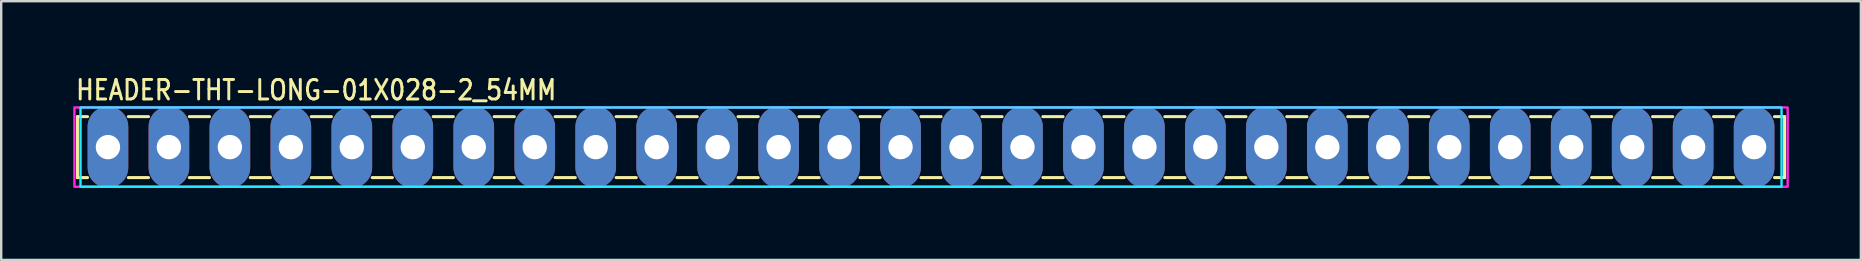
<source format=kicad_pcb>
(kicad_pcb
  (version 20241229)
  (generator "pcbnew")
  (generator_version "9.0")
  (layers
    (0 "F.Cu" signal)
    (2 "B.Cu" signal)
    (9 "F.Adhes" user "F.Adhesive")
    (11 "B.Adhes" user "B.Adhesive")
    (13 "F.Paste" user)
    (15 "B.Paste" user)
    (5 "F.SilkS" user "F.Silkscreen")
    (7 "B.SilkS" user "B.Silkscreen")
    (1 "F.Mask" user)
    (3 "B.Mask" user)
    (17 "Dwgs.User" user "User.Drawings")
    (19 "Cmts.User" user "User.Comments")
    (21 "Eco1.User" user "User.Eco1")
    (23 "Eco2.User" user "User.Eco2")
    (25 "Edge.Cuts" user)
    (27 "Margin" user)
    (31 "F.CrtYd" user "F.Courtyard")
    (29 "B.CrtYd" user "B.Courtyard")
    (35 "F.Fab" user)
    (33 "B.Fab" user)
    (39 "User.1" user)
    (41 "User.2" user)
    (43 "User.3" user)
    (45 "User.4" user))
  (footprint "HEADER-THT-LONG-01X028-2_54MM"
    (layer "F.Cu")
    (at 1.447 3.079)
    (property "Reference" "HEADER-THT-LONG-01X028-2_54MM" (at -1.4 -1.9 0) (unlocked yes) (layer "F.SilkS") (effects (font (size 0.813 0.695) (thickness 0.122)) (justify left bottom)))
    (fp_line (start -1.27 -1.27) (end -1.27 1.27) (stroke (width 0.127) (type solid)) (layer "F.SilkS"))
    (fp_line (start -1.27 1.27) (end -0.85 1.27) (stroke (width 0.127) (type solid)) (layer "F.SilkS"))
    (fp_line (start -0.85 -1.27) (end -1.27 -1.27) (stroke (width 0.127) (type solid)) (layer "F.SilkS"))
    (fp_line (start 0.85 -1.27) (end 1.69 -1.27) (stroke (width 0.127) (type solid)) (layer "F.SilkS"))
    (fp_line (start 0.85 1.27) (end 1.69 1.27) (stroke (width 0.127) (type solid)) (layer "F.SilkS"))
    (fp_line (start 3.39 -1.27) (end 4.23 -1.27) (stroke (width 0.127) (type solid)) (layer "F.SilkS"))
    (fp_line (start 3.39 1.27) (end 4.23 1.27) (stroke (width 0.127) (type solid)) (layer "F.SilkS"))
    (fp_line (start 5.93 -1.27) (end 6.77 -1.27) (stroke (width 0.127) (type solid)) (layer "F.SilkS"))
    (fp_line (start 5.93 1.27) (end 6.77 1.27) (stroke (width 0.127) (type solid)) (layer "F.SilkS"))
    (fp_line (start 8.47 -1.27) (end 9.31 -1.27) (stroke (width 0.127) (type solid)) (layer "F.SilkS"))
    (fp_line (start 8.47 1.27) (end 9.31 1.27) (stroke (width 0.127) (type solid)) (layer "F.SilkS"))
    (fp_line (start 11.01 -1.27) (end 11.85 -1.27) (stroke (width 0.127) (type solid)) (layer "F.SilkS"))
    (fp_line (start 11.01 1.27) (end 11.85 1.27) (stroke (width 0.127) (type solid)) (layer "F.SilkS"))
    (fp_line (start 13.55 -1.27) (end 14.39 -1.27) (stroke (width 0.127) (type solid)) (layer "F.SilkS"))
    (fp_line (start 13.55 1.27) (end 14.39 1.27) (stroke (width 0.127) (type solid)) (layer "F.SilkS"))
    (fp_line (start 16.09 -1.27) (end 16.93 -1.27) (stroke (width 0.127) (type solid)) (layer "F.SilkS"))
    (fp_line (start 16.09 1.27) (end 16.93 1.27) (stroke (width 0.127) (type solid)) (layer "F.SilkS"))
    (fp_line (start 18.63 -1.27) (end 19.47 -1.27) (stroke (width 0.127) (type solid)) (layer "F.SilkS"))
    (fp_line (start 18.63 1.27) (end 19.47 1.27) (stroke (width 0.127) (type solid)) (layer "F.SilkS"))
    (fp_line (start 21.17 -1.27) (end 22.01 -1.27) (stroke (width 0.127) (type solid)) (layer "F.SilkS"))
    (fp_line (start 21.17 1.27) (end 22.01 1.27) (stroke (width 0.127) (type solid)) (layer "F.SilkS"))
    (fp_line (start 23.71 -1.27) (end 24.55 -1.27) (stroke (width 0.127) (type solid)) (layer "F.SilkS"))
    (fp_line (start 23.71 1.27) (end 24.55 1.27) (stroke (width 0.127) (type solid)) (layer "F.SilkS"))
    (fp_line (start 26.25 -1.27) (end 27.09 -1.27) (stroke (width 0.127) (type solid)) (layer "F.SilkS"))
    (fp_line (start 26.25 1.27) (end 27.09 1.27) (stroke (width 0.127) (type solid)) (layer "F.SilkS"))
    (fp_line (start 28.79 -1.27) (end 29.63 -1.27) (stroke (width 0.127) (type solid)) (layer "F.SilkS"))
    (fp_line (start 28.79 1.27) (end 29.63 1.27) (stroke (width 0.127) (type solid)) (layer "F.SilkS"))
    (fp_line (start 31.33 -1.27) (end 32.17 -1.27) (stroke (width 0.127) (type solid)) (layer "F.SilkS"))
    (fp_line (start 31.33 1.27) (end 32.17 1.27) (stroke (width 0.127) (type solid)) (layer "F.SilkS"))
    (fp_line (start 33.87 -1.27) (end 34.71 -1.27) (stroke (width 0.127) (type solid)) (layer "F.SilkS"))
    (fp_line (start 33.87 1.27) (end 34.71 1.27) (stroke (width 0.127) (type solid)) (layer "F.SilkS"))
    (fp_line (start 36.41 -1.27) (end 37.25 -1.27) (stroke (width 0.127) (type solid)) (layer "F.SilkS"))
    (fp_line (start 36.41 1.27) (end 37.25 1.27) (stroke (width 0.127) (type solid)) (layer "F.SilkS"))
    (fp_line (start 38.95 -1.27) (end 39.79 -1.27) (stroke (width 0.127) (type solid)) (layer "F.SilkS"))
    (fp_line (start 38.95 1.27) (end 39.79 1.27) (stroke (width 0.127) (type solid)) (layer "F.SilkS"))
    (fp_line (start 41.49 -1.27) (end 42.33 -1.27) (stroke (width 0.127) (type solid)) (layer "F.SilkS"))
    (fp_line (start 41.49 1.27) (end 42.33 1.27) (stroke (width 0.127) (type solid)) (layer "F.SilkS"))
    (fp_line (start 44.03 -1.27) (end 44.87 -1.27) (stroke (width 0.127) (type solid)) (layer "F.SilkS"))
    (fp_line (start 44.03 1.27) (end 44.87 1.27) (stroke (width 0.127) (type solid)) (layer "F.SilkS"))
    (fp_line (start 46.57 -1.27) (end 47.41 -1.27) (stroke (width 0.127) (type solid)) (layer "F.SilkS"))
    (fp_line (start 46.57 1.27) (end 47.41 1.27) (stroke (width 0.127) (type solid)) (layer "F.SilkS"))
    (fp_line (start 49.11 -1.27) (end 49.95 -1.27) (stroke (width 0.127) (type solid)) (layer "F.SilkS"))
    (fp_line (start 49.11 1.27) (end 49.95 1.27) (stroke (width 0.127) (type solid)) (layer "F.SilkS"))
    (fp_line (start 51.65 -1.27) (end 52.49 -1.27) (stroke (width 0.127) (type solid)) (layer "F.SilkS"))
    (fp_line (start 51.65 1.27) (end 52.49 1.27) (stroke (width 0.127) (type solid)) (layer "F.SilkS"))
    (fp_line (start 54.19 -1.27) (end 55.03 -1.27) (stroke (width 0.127) (type solid)) (layer "F.SilkS"))
    (fp_line (start 54.19 1.27) (end 55.03 1.27) (stroke (width 0.127) (type solid)) (layer "F.SilkS"))
    (fp_line (start 56.73 -1.27) (end 57.57 -1.27) (stroke (width 0.127) (type solid)) (layer "F.SilkS"))
    (fp_line (start 56.73 1.27) (end 57.57 1.27) (stroke (width 0.127) (type solid)) (layer "F.SilkS"))
    (fp_line (start 59.27 -1.27) (end 60.11 -1.27) (stroke (width 0.127) (type solid)) (layer "F.SilkS"))
    (fp_line (start 59.27 1.27) (end 60.11 1.27) (stroke (width 0.127) (type solid)) (layer "F.SilkS"))
    (fp_line (start 61.81 -1.27) (end 62.65 -1.27) (stroke (width 0.127) (type solid)) (layer "F.SilkS"))
    (fp_line (start 61.81 1.27) (end 62.65 1.27) (stroke (width 0.127) (type solid)) (layer "F.SilkS"))
    (fp_line (start 64.35 -1.27) (end 65.19 -1.27) (stroke (width 0.127) (type solid)) (layer "F.SilkS"))
    (fp_line (start 64.35 1.27) (end 65.19 1.27) (stroke (width 0.127) (type solid)) (layer "F.SilkS"))
    (fp_line (start 66.89 -1.27) (end 67.73 -1.27) (stroke (width 0.127) (type solid)) (layer "F.SilkS"))
    (fp_line (start 66.89 1.27) (end 67.73 1.27) (stroke (width 0.127) (type solid)) (layer "F.SilkS"))
    (fp_line (start 69.43 -1.27) (end 69.85 -1.27) (stroke (width 0.127) (type solid)) (layer "F.SilkS"))
    (fp_line (start 69.85 -1.27) (end 69.85 1.27) (stroke (width 0.127) (type solid)) (layer "F.SilkS"))
    (fp_line (start 69.85 1.27) (end 69.43 1.27) (stroke (width 0.127) (type solid)) (layer "F.SilkS"))
    (fp_poly (pts (xy -1.143 -1.651) (xy 69.723 -1.651) (xy 69.723 1.651) (xy -1.143 1.651)) (stroke (width 0.1) (type solid)) (fill no) (layer "B.CrtYd"))
    (fp_poly (pts (xy -1.397 -1.651) (xy 69.977 -1.651) (xy 69.977 1.651) (xy -1.397 1.651)) (stroke (width 0.1) (type solid)) (fill no) (layer "F.CrtYd"))
    (pad "P$1" thru_hole oval (at 0 0 90) (size 3.387 1.693) (drill 1.016) (layers "*.Cu" "*.Mask"))
    (pad "P$2" thru_hole oval (at 2.54 0 90) (size 3.387 1.693) (drill 1.016) (layers "*.Cu" "*.Mask"))
    (pad "P$3" thru_hole oval (at 5.08 0 90) (size 3.387 1.693) (drill 1.016) (layers "*.Cu" "*.Mask"))
    (pad "P$4" thru_hole oval (at 7.62 0 90) (size 3.387 1.693) (drill 1.016) (layers "*.Cu" "*.Mask"))
    (pad "P$5" thru_hole oval (at 10.16 0 90) (size 3.387 1.693) (drill 1.016) (layers "*.Cu" "*.Mask"))
    (pad "P$6" thru_hole oval (at 12.7 0 90) (size 3.387 1.693) (drill 1.016) (layers "*.Cu" "*.Mask"))
    (pad "P$7" thru_hole oval (at 15.24 0 90) (size 3.387 1.693) (drill 1.016) (layers "*.Cu" "*.Mask"))
    (pad "P$8" thru_hole oval (at 17.78 0 90) (size 3.387 1.693) (drill 1.016) (layers "*.Cu" "*.Mask"))
    (pad "P$9" thru_hole oval (at 20.32 0 90) (size 3.387 1.693) (drill 1.016) (layers "*.Cu" "*.Mask"))
    (pad "P$10" thru_hole oval (at 22.86 0 90) (size 3.387 1.693) (drill 1.016) (layers "*.Cu" "*.Mask"))
    (pad "P$11" thru_hole oval (at 25.4 0 90) (size 3.387 1.693) (drill 1.016) (layers "*.Cu" "*.Mask"))
    (pad "P$12" thru_hole oval (at 27.94 0 90) (size 3.387 1.693) (drill 1.016) (layers "*.Cu" "*.Mask"))
    (pad "P$13" thru_hole oval (at 30.48 0 90) (size 3.387 1.693) (drill 1.016) (layers "*.Cu" "*.Mask"))
    (pad "P$14" thru_hole oval (at 33.02 0 90) (size 3.387 1.693) (drill 1.016) (layers "*.Cu" "*.Mask"))
    (pad "P$15" thru_hole oval (at 35.56 0 90) (size 3.387 1.693) (drill 1.016) (layers "*.Cu" "*.Mask"))
    (pad "P$16" thru_hole oval (at 38.1 0 90) (size 3.387 1.693) (drill 1.016) (layers "*.Cu" "*.Mask"))
    (pad "P$17" thru_hole oval (at 40.64 0 90) (size 3.387 1.693) (drill 1.016) (layers "*.Cu" "*.Mask"))
    (pad "P$18" thru_hole oval (at 43.18 0 90) (size 3.387 1.693) (drill 1.016) (layers "*.Cu" "*.Mask"))
    (pad "P$19" thru_hole oval (at 45.72 0 90) (size 3.387 1.693) (drill 1.016) (layers "*.Cu" "*.Mask"))
    (pad "P$20" thru_hole oval (at 48.26 0 90) (size 3.387 1.693) (drill 1.016) (layers "*.Cu" "*.Mask"))
    (pad "P$21" thru_hole oval (at 50.8 0 90) (size 3.387 1.693) (drill 1.016) (layers "*.Cu" "*.Mask"))
    (pad "P$22" thru_hole oval (at 53.34 0 90) (size 3.387 1.693) (drill 1.016) (layers "*.Cu" "*.Mask"))
    (pad "P$23" thru_hole oval (at 55.88 0 90) (size 3.387 1.693) (drill 1.016) (layers "*.Cu" "*.Mask"))
    (pad "P$24" thru_hole oval (at 58.42 0 90) (size 3.387 1.693) (drill 1.016) (layers "*.Cu" "*.Mask"))
    (pad "P$25" thru_hole oval (at 60.96 0 90) (size 3.387 1.693) (drill 1.016) (layers "*.Cu" "*.Mask"))
    (pad "P$26" thru_hole oval (at 63.5 0 90) (size 3.387 1.693) (drill 1.016) (layers "*.Cu" "*.Mask"))
    (pad "P$27" thru_hole oval (at 66.04 0 90) (size 3.387 1.693) (drill 1.016) (layers "*.Cu" "*.Mask"))
    (pad "P$28" thru_hole oval (at 68.58 0 90) (size 3.387 1.693) (drill 1.016) (layers "*.Cu" "*.Mask")))
  (gr_rect
    (start -3 -3)
    (end 74.474 7.78)
    (stroke (width 0.1) (type default))
    (fill no)
    (layer "Edge.Cuts")))
</source>
